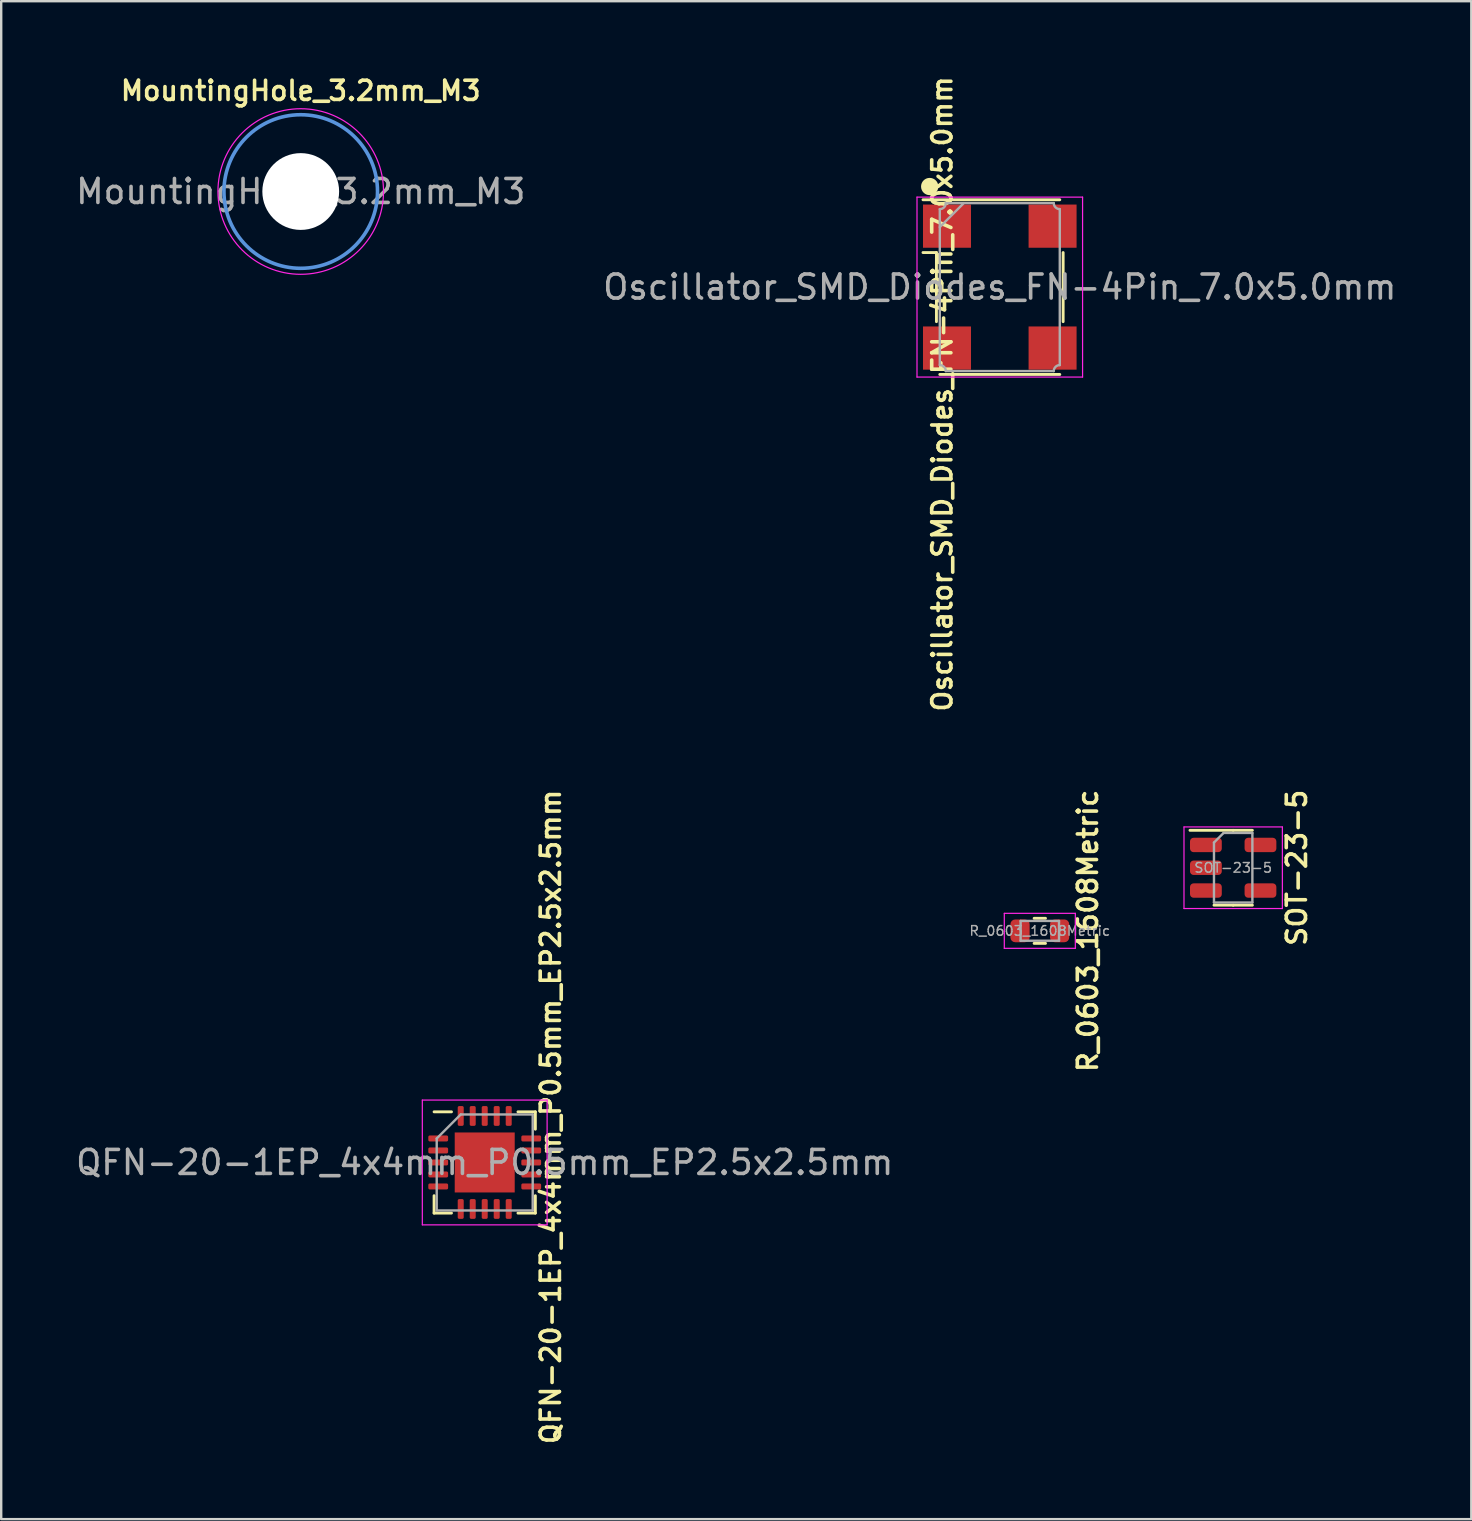
<source format=kicad_pcb>
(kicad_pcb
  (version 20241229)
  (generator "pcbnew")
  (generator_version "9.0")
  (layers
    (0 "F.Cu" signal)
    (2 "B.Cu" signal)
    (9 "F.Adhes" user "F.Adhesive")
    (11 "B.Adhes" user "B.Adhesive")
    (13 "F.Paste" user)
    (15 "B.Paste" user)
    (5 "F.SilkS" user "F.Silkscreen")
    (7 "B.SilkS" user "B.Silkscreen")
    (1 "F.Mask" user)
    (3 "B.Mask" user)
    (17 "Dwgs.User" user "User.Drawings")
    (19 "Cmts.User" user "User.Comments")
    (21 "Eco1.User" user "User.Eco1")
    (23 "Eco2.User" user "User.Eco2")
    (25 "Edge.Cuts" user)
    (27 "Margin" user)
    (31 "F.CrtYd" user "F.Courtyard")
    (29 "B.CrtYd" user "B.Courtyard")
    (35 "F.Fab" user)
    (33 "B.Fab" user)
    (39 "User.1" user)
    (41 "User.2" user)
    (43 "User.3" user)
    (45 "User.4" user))
  (footprint "QFN-20-1EP_4x4mm_P0.5mm_EP2.5x2.5mm"
    (layer "F.Cu")
    (at 17.149 45.392)
    (property "Reference" "QFN-20-1EP_4x4mm_P0.5mm_EP2.5x2.5mm" (at 2.75 -1.9 90) (layer "F.SilkS") (effects (font (size 0.8 0.8) (thickness 0.15))))
    (attr smd)
    (fp_line (start -2.11 2.11) (end -2.11 1.385) (stroke (width 0.12) (type solid)) (layer "F.SilkS"))
    (fp_line (start -1.385 -2.11) (end -2.11 -2.11) (stroke (width 0.12) (type solid)) (layer "F.SilkS"))
    (fp_line (start -1.385 2.11) (end -2.11 2.11) (stroke (width 0.12) (type solid)) (layer "F.SilkS"))
    (fp_line (start 1.385 -2.11) (end 2.11 -2.11) (stroke (width 0.12) (type solid)) (layer "F.SilkS"))
    (fp_line (start 1.385 2.11) (end 2.11 2.11) (stroke (width 0.12) (type solid)) (layer "F.SilkS"))
    (fp_line (start 2.11 -2.11) (end 2.11 -1.385) (stroke (width 0.12) (type solid)) (layer "F.SilkS"))
    (fp_line (start 2.11 2.11) (end 2.11 1.385) (stroke (width 0.12) (type solid)) (layer "F.SilkS"))
    (fp_line (start -2.6 -2.6) (end -2.6 2.6) (stroke (width 0.05) (type solid)) (layer "F.CrtYd"))
    (fp_line (start -2.6 2.6) (end 2.6 2.6) (stroke (width 0.05) (type solid)) (layer "F.CrtYd"))
    (fp_line (start 2.6 -2.6) (end -2.6 -2.6) (stroke (width 0.05) (type solid)) (layer "F.CrtYd"))
    (fp_line (start 2.6 2.6) (end 2.6 -2.6) (stroke (width 0.05) (type solid)) (layer "F.CrtYd"))
    (fp_line (start -2 -1) (end -1 -2) (stroke (width 0.1) (type solid)) (layer "F.Fab"))
    (fp_line (start -2 2) (end -2 -1) (stroke (width 0.1) (type solid)) (layer "F.Fab"))
    (fp_line (start -1 -2) (end 2 -2) (stroke (width 0.1) (type solid)) (layer "F.Fab"))
    (fp_line (start 2 -2) (end 2 2) (stroke (width 0.1) (type solid)) (layer "F.Fab"))
    (fp_line (start 2 2) (end -2 2) (stroke (width 0.1) (type solid)) (layer "F.Fab"))
    (fp_text user "${REFERENCE}" (at 0 0 0) (layer "F.Fab") (effects (font (size 1 1) (thickness 0.15))))
    (pad "" smd roundrect (at -0.625 -0.625) (size 1.01 1.01) (layers "F.Paste") (roundrect_rratio 0.248))
    (pad "" smd roundrect (at -0.625 0.625) (size 1.01 1.01) (layers "F.Paste") (roundrect_rratio 0.248))
    (pad "" smd roundrect (at 0.625 -0.625) (size 1.01 1.01) (layers "F.Paste") (roundrect_rratio 0.248))
    (pad "" smd roundrect (at 0.625 0.625) (size 1.01 1.01) (layers "F.Paste") (roundrect_rratio 0.248))
    (pad "1" smd roundrect (at -1.938 -1) (size 0.825 0.25) (layers "F.Cu" "F.Mask" "F.Paste") (roundrect_rratio 0.25))
    (pad "2" smd roundrect (at -1.938 -0.5) (size 0.825 0.25) (layers "F.Cu" "F.Mask" "F.Paste") (roundrect_rratio 0.25))
    (pad "3" smd roundrect (at -1.938 0) (size 0.825 0.25) (layers "F.Cu" "F.Mask" "F.Paste") (roundrect_rratio 0.25))
    (pad "4" smd roundrect (at -1.938 0.5) (size 0.825 0.25) (layers "F.Cu" "F.Mask" "F.Paste") (roundrect_rratio 0.25))
    (pad "5" smd roundrect (at -1.938 1) (size 0.825 0.25) (layers "F.Cu" "F.Mask" "F.Paste") (roundrect_rratio 0.25))
    (pad "6" smd roundrect (at -1 1.938) (size 0.25 0.825) (layers "F.Cu" "F.Mask" "F.Paste") (roundrect_rratio 0.25))
    (pad "7" smd roundrect (at -0.5 1.938) (size 0.25 0.825) (layers "F.Cu" "F.Mask" "F.Paste") (roundrect_rratio 0.25))
    (pad "8" smd roundrect (at 0 1.938) (size 0.25 0.825) (layers "F.Cu" "F.Mask" "F.Paste") (roundrect_rratio 0.25))
    (pad "9" smd roundrect (at 0.5 1.938) (size 0.25 0.825) (layers "F.Cu" "F.Mask" "F.Paste") (roundrect_rratio 0.25))
    (pad "10" smd roundrect (at 1 1.938) (size 0.25 0.825) (layers "F.Cu" "F.Mask" "F.Paste") (roundrect_rratio 0.25))
    (pad "11" smd roundrect (at 1.938 1) (size 0.825 0.25) (layers "F.Cu" "F.Mask" "F.Paste") (roundrect_rratio 0.25))
    (pad "12" smd roundrect (at 1.938 0.5) (size 0.825 0.25) (layers "F.Cu" "F.Mask" "F.Paste") (roundrect_rratio 0.25))
    (pad "13" smd roundrect (at 1.938 0) (size 0.825 0.25) (layers "F.Cu" "F.Mask" "F.Paste") (roundrect_rratio 0.25))
    (pad "14" smd roundrect (at 1.938 -0.5) (size 0.825 0.25) (layers "F.Cu" "F.Mask" "F.Paste") (roundrect_rratio 0.25))
    (pad "15" smd roundrect (at 1.938 -1) (size 0.825 0.25) (layers "F.Cu" "F.Mask" "F.Paste") (roundrect_rratio 0.25))
    (pad "16" smd roundrect (at 1 -1.938) (size 0.25 0.825) (layers "F.Cu" "F.Mask" "F.Paste") (roundrect_rratio 0.25))
    (pad "17" smd roundrect (at 0.5 -1.938) (size 0.25 0.825) (layers "F.Cu" "F.Mask" "F.Paste") (roundrect_rratio 0.25))
    (pad "18" smd roundrect (at 0 -1.938) (size 0.25 0.825) (layers "F.Cu" "F.Mask" "F.Paste") (roundrect_rratio 0.25))
    (pad "19" smd roundrect (at -0.5 -1.938) (size 0.25 0.825) (layers "F.Cu" "F.Mask" "F.Paste") (roundrect_rratio 0.25))
    (pad "20" smd roundrect (at -1 -1.938) (size 0.25 0.825) (layers "F.Cu" "F.Mask" "F.Paste") (roundrect_rratio 0.25))
    (pad "21" smd rect (at 0 0) (size 2.5 2.5) (layers "F.Cu" "F.Mask")))
  (footprint "SOT-23-5"
    (layer "F.Cu")
    (at 48.339 33.111)
    (property "Reference" "SOT-23-5" (at 2.65 0 90) (layer "F.SilkS") (effects (font (size 0.8 0.8) (thickness 0.15))))
    (attr smd)
    (fp_line (start 0 -1.56) (end -1.8 -1.56) (stroke (width 0.12) (type solid)) (layer "F.SilkS"))
    (fp_line (start 0 -1.56) (end 0.8 -1.56) (stroke (width 0.12) (type solid)) (layer "F.SilkS"))
    (fp_line (start 0 1.56) (end -0.8 1.56) (stroke (width 0.12) (type solid)) (layer "F.SilkS"))
    (fp_line (start 0 1.56) (end 0.8 1.56) (stroke (width 0.12) (type solid)) (layer "F.SilkS"))
    (fp_line (start -2.05 -1.7) (end -2.05 1.7) (stroke (width 0.05) (type solid)) (layer "F.CrtYd"))
    (fp_line (start -2.05 1.7) (end 2.05 1.7) (stroke (width 0.05) (type solid)) (layer "F.CrtYd"))
    (fp_line (start 2.05 -1.7) (end -2.05 -1.7) (stroke (width 0.05) (type solid)) (layer "F.CrtYd"))
    (fp_line (start 2.05 1.7) (end 2.05 -1.7) (stroke (width 0.05) (type solid)) (layer "F.CrtYd"))
    (fp_line (start -0.8 -1.05) (end -0.4 -1.45) (stroke (width 0.1) (type solid)) (layer "F.Fab"))
    (fp_line (start -0.8 1.45) (end -0.8 -1.05) (stroke (width 0.1) (type solid)) (layer "F.Fab"))
    (fp_line (start -0.4 -1.45) (end 0.8 -1.45) (stroke (width 0.1) (type solid)) (layer "F.Fab"))
    (fp_line (start 0.8 -1.45) (end 0.8 1.45) (stroke (width 0.1) (type solid)) (layer "F.Fab"))
    (fp_line (start 0.8 1.45) (end -0.8 1.45) (stroke (width 0.1) (type solid)) (layer "F.Fab"))
    (fp_text user "${REFERENCE}" (at 0 0 0) (layer "F.Fab") (effects (font (size 0.4 0.4) (thickness 0.06))))
    (pad "1" smd roundrect (at -1.137 -0.95) (size 1.325 0.6) (layers "F.Cu" "F.Mask" "F.Paste") (roundrect_rratio 0.25))
    (pad "2" smd roundrect (at -1.137 0) (size 1.325 0.6) (layers "F.Cu" "F.Mask" "F.Paste") (roundrect_rratio 0.25))
    (pad "3" smd roundrect (at -1.137 0.95) (size 1.325 0.6) (layers "F.Cu" "F.Mask" "F.Paste") (roundrect_rratio 0.25))
    (pad "4" smd roundrect (at 1.137 0.95) (size 1.325 0.6) (layers "F.Cu" "F.Mask" "F.Paste") (roundrect_rratio 0.25))
    (pad "5" smd roundrect (at 1.137 -0.95) (size 1.325 0.6) (layers "F.Cu" "F.Mask" "F.Paste") (roundrect_rratio 0.25)))
  (footprint "R_0603_1608Metric"
    (layer "F.Cu")
    (at 40.281 35.74)
    (property "Reference" "R_0603_1608Metric" (at 2 0 90) (layer "F.SilkS") (effects (font (size 0.8 0.8) (thickness 0.15))))
    (attr smd)
    (fp_line (start -0.237 -0.522) (end 0.237 -0.522) (stroke (width 0.12) (type solid)) (layer "F.SilkS"))
    (fp_line (start -0.237 0.522) (end 0.237 0.522) (stroke (width 0.12) (type solid)) (layer "F.SilkS"))
    (fp_line (start -1.48 -0.73) (end 1.48 -0.73) (stroke (width 0.05) (type solid)) (layer "F.CrtYd"))
    (fp_line (start -1.48 0.73) (end -1.48 -0.73) (stroke (width 0.05) (type solid)) (layer "F.CrtYd"))
    (fp_line (start 1.48 -0.73) (end 1.48 0.73) (stroke (width 0.05) (type solid)) (layer "F.CrtYd"))
    (fp_line (start 1.48 0.73) (end -1.48 0.73) (stroke (width 0.05) (type solid)) (layer "F.CrtYd"))
    (fp_line (start -0.8 -0.412) (end 0.8 -0.412) (stroke (width 0.1) (type solid)) (layer "F.Fab"))
    (fp_line (start -0.8 0.412) (end -0.8 -0.412) (stroke (width 0.1) (type solid)) (layer "F.Fab"))
    (fp_line (start 0.8 -0.412) (end 0.8 0.412) (stroke (width 0.1) (type solid)) (layer "F.Fab"))
    (fp_line (start 0.8 0.412) (end -0.8 0.412) (stroke (width 0.1) (type solid)) (layer "F.Fab"))
    (fp_text user "${REFERENCE}" (at 0 0 0) (layer "F.Fab") (effects (font (size 0.4 0.4) (thickness 0.06))))
    (pad "1" smd roundrect (at -0.825 0) (size 0.8 0.95) (layers "F.Cu" "F.Mask" "F.Paste") (roundrect_rratio 0.25))
    (pad "2" smd roundrect (at 0.825 0) (size 0.8 0.95) (layers "F.Cu" "F.Mask" "F.Paste") (roundrect_rratio 0.25)))
  (footprint "Oscillator_SMD_Diodes_FN-4Pin_7.0x5.0mm"
    (layer "F.Cu")
    (at 38.613 8.914)
    (property "Reference" "Oscillator_SMD_Diodes_FN-4Pin_7.0x5.0mm" (at -2.4 4.45 90) (layer "F.SilkS") (effects (font (size 0.8 0.8) (thickness 0.15))))
    (attr smd)
    (fp_line (start -3.2 -3.64) (end 2.5 -3.64) (stroke (width 0.12) (type solid)) (layer "F.SilkS"))
    (fp_line (start -2.64 -1.44) (end -3.2 -1.44) (stroke (width 0.12) (type solid)) (layer "F.SilkS"))
    (fp_line (start -2.64 -1.44) (end -2.64 1.44) (stroke (width 0.12) (type solid)) (layer "F.SilkS"))
    (fp_line (start -2.5 3.64) (end 2.5 3.64) (stroke (width 0.12) (type solid)) (layer "F.SilkS"))
    (fp_line (start 2.64 -1.44) (end 2.64 1.44) (stroke (width 0.12) (type solid)) (layer "F.SilkS"))
    (fp_circle (center -2.921 -4.191) (end -2.621 -4.191) (stroke (width 0.12) (type solid)) (fill yes) (layer "F.SilkS"))
    (fp_line (start -3.45 -3.75) (end 3.45 -3.75) (stroke (width 0.05) (type solid)) (layer "F.CrtYd"))
    (fp_line (start -3.45 3.75) (end -3.45 -3.75) (stroke (width 0.05) (type solid)) (layer "F.CrtYd"))
    (fp_line (start 3.45 -3.75) (end 3.45 3.75) (stroke (width 0.05) (type solid)) (layer "F.CrtYd"))
    (fp_line (start 3.45 3.75) (end -3.45 3.75) (stroke (width 0.05) (type solid)) (layer "F.CrtYd"))
    (fp_line (start -2.5 -2.5) (end -1.5 -3.5) (stroke (width 0.1) (type solid)) (layer "F.Fab"))
    (fp_line (start -2.5 3.25) (end -2.5 -3.25) (stroke (width 0.1) (type solid)) (layer "F.Fab"))
    (fp_line (start -2.25 -3.5) (end 2.25 -3.5) (stroke (width 0.1) (type solid)) (layer "F.Fab"))
    (fp_line (start -2.25 3.5) (end 2.25 3.5) (stroke (width 0.1) (type solid)) (layer "F.Fab"))
    (fp_line (start 2.5 -3.25) (end 2.5 3.25) (stroke (width 0.1) (type solid)) (layer "F.Fab"))
    (fp_arc (start -2.5 3.25) (mid -2.323223 3.323223) (end -2.25 3.5) (stroke (width 0.1) (type solid)) (layer "F.Fab"))
    (fp_arc (start -2.25 -3.5) (mid -2.323223 -3.323223) (end -2.5 -3.25) (stroke (width 0.1) (type solid)) (layer "F.Fab"))
    (fp_arc (start 2.25 3.5) (mid 2.323223 3.323223) (end 2.5 3.25) (stroke (width 0.1) (type solid)) (layer "F.Fab"))
    (fp_arc (start 2.5 -3.25) (mid 2.323223 -3.323223) (end 2.25 -3.5) (stroke (width 0.1) (type solid)) (layer "F.Fab"))
    (fp_text user "${REFERENCE}" (at 0 0 180) (layer "F.Fab") (effects (font (size 1 1) (thickness 0.15))))
    (pad "1" smd rect (at -2.2 -2.54) (size 2 1.8) (layers "F.Cu" "F.Mask" "F.Paste"))
    (pad "2" smd rect (at -2.2 2.54) (size 2 1.8) (layers "F.Cu" "F.Mask" "F.Paste"))
    (pad "3" smd rect (at 2.2 2.54) (size 2 1.8) (layers "F.Cu" "F.Mask" "F.Paste"))
    (pad "4" smd rect (at 2.2 -2.54) (size 2 1.8) (layers "F.Cu" "F.Mask" "F.Paste")))
  (footprint "MountingHole_3.2mm_M3"
    (layer "F.Cu")
    (at 9.482 4.931)
    (property "Reference" "MountingHole_3.2mm_M3" (at 0 -4.2 0) (layer "F.SilkS") (effects (font (size 0.8 0.8) (thickness 0.15))))
    (attr exclude_from_pos_files exclude_from_bom)
    (fp_circle (center 0 0) (end 3.2 0) (stroke (width 0.15) (type solid)) (fill no) (layer "Cmts.User"))
    (fp_circle (center 0 0) (end 3.45 0) (stroke (width 0.05) (type solid)) (fill no) (layer "F.CrtYd"))
    (fp_text user "${REFERENCE}" (at 0 0 0) (layer "F.Fab") (effects (font (size 1 1) (thickness 0.15))))
    (pad "" np_thru_hole circle (at 0 0) (size 3.2 3.2) (drill 3.2) (layers "*.Cu" "*.Mask")))
  (gr_rect
    (start -3 -3)
    (end 58.262 60.256)
    (stroke (width 0.1) (type default))
    (fill no)
    (layer "Edge.Cuts")))
</source>
